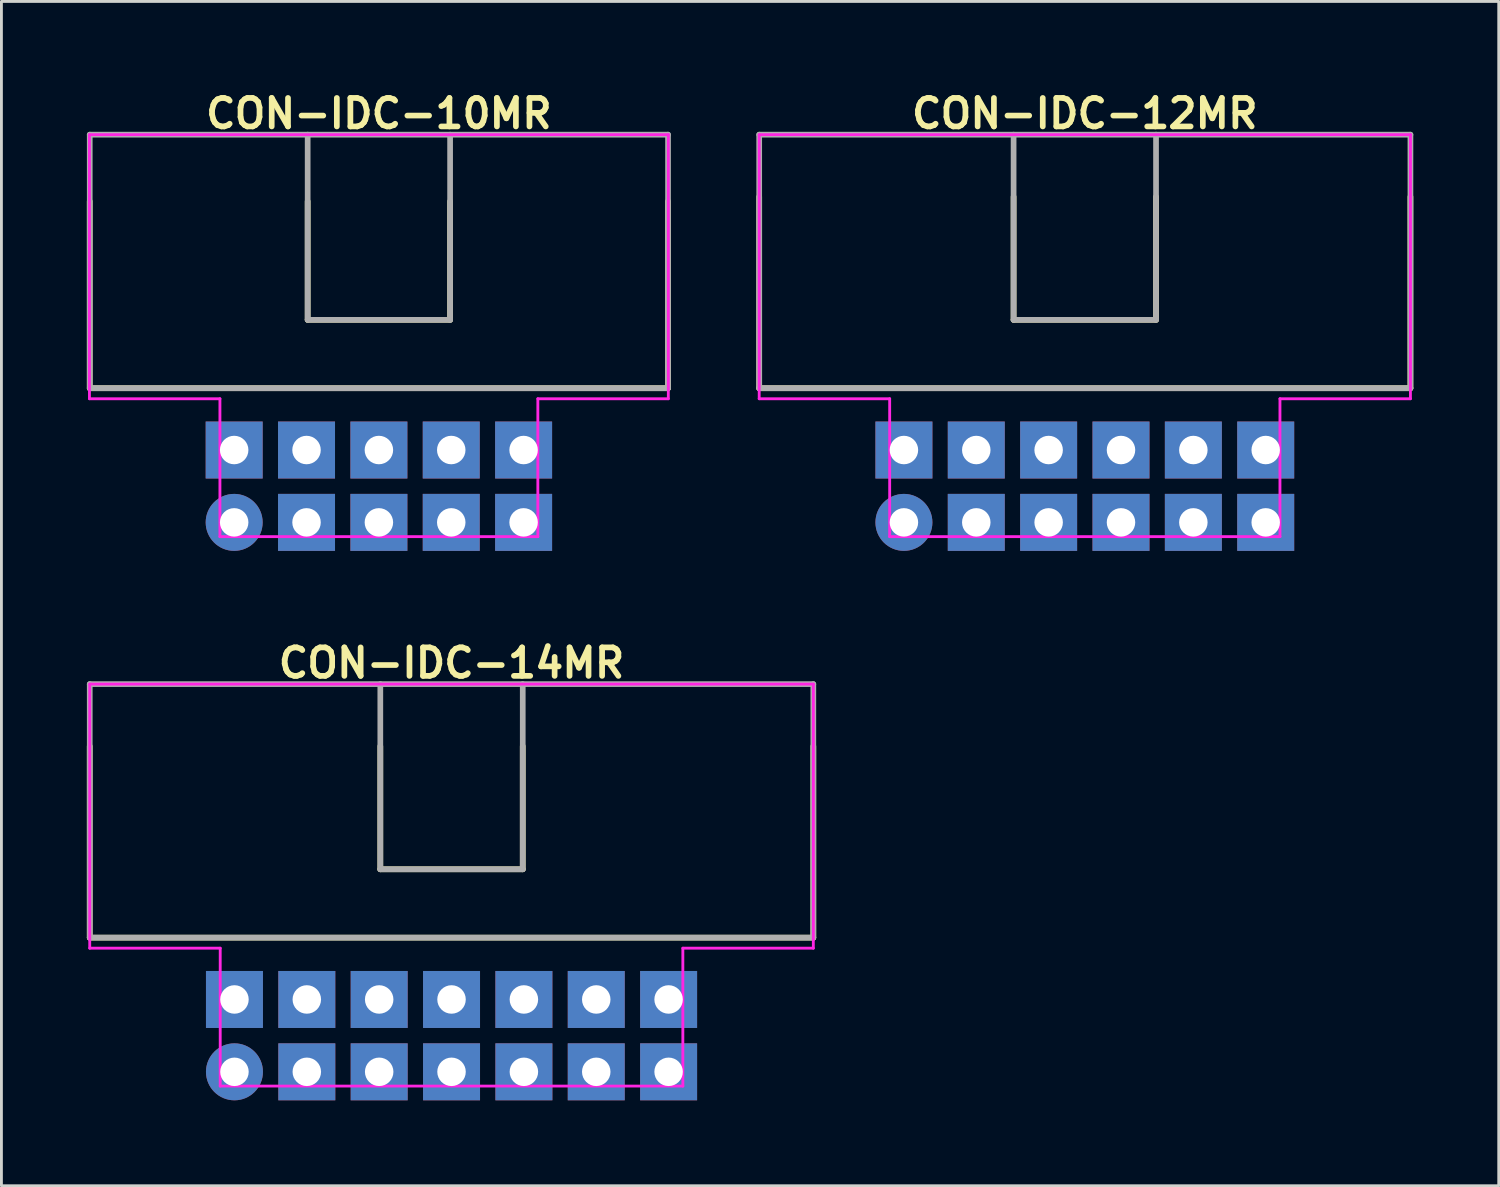
<source format=kicad_pcb>
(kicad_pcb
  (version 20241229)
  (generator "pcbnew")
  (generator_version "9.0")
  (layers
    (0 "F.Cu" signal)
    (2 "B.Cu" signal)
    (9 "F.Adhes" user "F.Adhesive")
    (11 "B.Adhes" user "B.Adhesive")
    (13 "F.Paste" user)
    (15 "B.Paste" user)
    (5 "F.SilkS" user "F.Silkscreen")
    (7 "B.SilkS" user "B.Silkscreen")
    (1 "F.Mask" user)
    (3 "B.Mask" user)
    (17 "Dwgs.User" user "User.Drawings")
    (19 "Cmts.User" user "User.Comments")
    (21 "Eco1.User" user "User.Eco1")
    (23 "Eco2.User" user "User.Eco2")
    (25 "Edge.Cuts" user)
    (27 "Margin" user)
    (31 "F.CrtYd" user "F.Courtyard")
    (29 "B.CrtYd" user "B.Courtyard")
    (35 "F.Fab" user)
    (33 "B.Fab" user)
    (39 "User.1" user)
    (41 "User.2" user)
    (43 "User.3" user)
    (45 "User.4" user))
  (footprint "CON-IDC-10MR"
    (layer "F.Cu")
    (at 10.25 14.017)
    (property "Reference" "CON-IDC-10MR" (at 0 -13.081 0) (layer "F.SilkS") (effects (font (size 1 1) (thickness 0.2))))
    (attr through_hole)
    (fp_line (start -10.15 -10) (end -10.15 -3.44) (stroke (width 0.2) (type solid)) (layer "F.SilkS"))
    (fp_line (start -10.15 -3.44) (end 10.15 -3.44) (stroke (width 0.2) (type solid)) (layer "F.SilkS"))
    (fp_line (start -2.5 -10) (end -2.5 -5.84) (stroke (width 0.2) (type solid)) (layer "F.SilkS"))
    (fp_line (start -2.5 -5.84) (end 2.5 -5.84) (stroke (width 0.2) (type solid)) (layer "F.SilkS"))
    (fp_line (start 2.5 -10) (end 2.5 -5.84) (stroke (width 0.2) (type solid)) (layer "F.SilkS"))
    (fp_line (start 10.15 -10) (end 10.15 -3.44) (stroke (width 0.2) (type solid)) (layer "F.SilkS"))
    (fp_line (start -10.16 -12.34) (end -10.16 -3.07) (stroke (width 0.1) (type solid)) (layer "F.CrtYd"))
    (fp_line (start -10.16 -12.34) (end 10.16 -12.34) (stroke (width 0.1) (type solid)) (layer "F.CrtYd"))
    (fp_line (start -10.16 -3.07) (end -5.58 -3.07) (stroke (width 0.1) (type solid)) (layer "F.CrtYd"))
    (fp_line (start -5.58 -3.07) (end -5.58 1.77) (stroke (width 0.1) (type solid)) (layer "F.CrtYd"))
    (fp_line (start -5.58 1.77) (end 5.58 1.77) (stroke (width 0.1) (type solid)) (layer "F.CrtYd"))
    (fp_line (start 5.58 -3.07) (end 5.58 1.77) (stroke (width 0.1) (type solid)) (layer "F.CrtYd"))
    (fp_line (start 5.58 -3.07) (end 10.16 -3.07) (stroke (width 0.1) (type solid)) (layer "F.CrtYd"))
    (fp_line (start 10.16 -12.34) (end 10.16 -3.07) (stroke (width 0.1) (type solid)) (layer "F.CrtYd"))
    (fp_line (start -10.15 -12.34) (end -10.15 -3.44) (stroke (width 0.2) (type solid)) (layer "F.Fab"))
    (fp_line (start -10.15 -12.34) (end 10.15 -12.34) (stroke (width 0.2) (type solid)) (layer "F.Fab"))
    (fp_line (start -10.15 -3.44) (end 10.15 -3.44) (stroke (width 0.2) (type solid)) (layer "F.Fab"))
    (fp_line (start -2.5 -12.34) (end -2.5 -5.84) (stroke (width 0.2) (type solid)) (layer "F.Fab"))
    (fp_line (start -2.5 -5.84) (end 2.5 -5.84) (stroke (width 0.2) (type solid)) (layer "F.Fab"))
    (fp_line (start 2.5 -12.34) (end 2.5 -5.84) (stroke (width 0.2) (type solid)) (layer "F.Fab"))
    (fp_line (start 10.15 -12.34) (end 10.15 -3.44) (stroke (width 0.2) (type solid)) (layer "F.Fab"))
    (pad "1" thru_hole circle (at -5.08 1.27) (size 2 2) (drill 1) (layers "B.Cu" "B.Mask"))
    (pad "2" thru_hole rect (at -5.08 -1.27) (size 2 2) (drill 1) (layers "B.Cu" "B.Mask"))
    (pad "3" thru_hole rect (at -2.54 1.27) (size 2 2) (drill 1) (layers "B.Cu" "B.Mask"))
    (pad "4" thru_hole rect (at -2.54 -1.27) (size 2 2) (drill 1) (layers "B.Cu" "B.Mask"))
    (pad "5" thru_hole rect (at 0 1.27) (size 2 2) (drill 1) (layers "B.Cu" "B.Mask"))
    (pad "6" thru_hole rect (at 0 -1.27) (size 2 2) (drill 1) (layers "B.Cu" "B.Mask"))
    (pad "7" thru_hole rect (at 2.54 1.27) (size 2 2) (drill 1) (layers "B.Cu" "B.Mask"))
    (pad "8" thru_hole rect (at 2.54 -1.27) (size 2 2) (drill 1) (layers "B.Cu" "B.Mask"))
    (pad "9" thru_hole rect (at 5.08 1.27) (size 2 2) (drill 1) (layers "B.Cu" "B.Mask"))
    (pad "10" thru_hole rect (at 5.08 -1.27) (size 2 2) (drill 1) (layers "B.Cu" "B.Mask")))
  (footprint "CON-IDC-14MR"
    (layer "F.Cu")
    (at 12.8 33.304)
    (property "Reference" "CON-IDC-14MR" (at 0 -13.081 0) (layer "F.SilkS") (effects (font (size 1 1) (thickness 0.2))))
    (attr through_hole)
    (fp_line (start -12.7 -10.16) (end -12.7 -3.44) (stroke (width 0.2) (type solid)) (layer "F.SilkS"))
    (fp_line (start -12.7 -3.44) (end 12.7 -3.44) (stroke (width 0.2) (type solid)) (layer "F.SilkS"))
    (fp_line (start -2.5 -10.16) (end -2.5 -5.84) (stroke (width 0.2) (type solid)) (layer "F.SilkS"))
    (fp_line (start -2.5 -5.84) (end 2.5 -5.84) (stroke (width 0.2) (type solid)) (layer "F.SilkS"))
    (fp_line (start 2.5 -10.16) (end 2.5 -5.84) (stroke (width 0.2) (type solid)) (layer "F.SilkS"))
    (fp_line (start 12.7 -10.16) (end 12.7 -3.44) (stroke (width 0.2) (type solid)) (layer "F.SilkS"))
    (fp_line (start -12.7 -12.34) (end -12.7 -3.07) (stroke (width 0.1) (type solid)) (layer "F.CrtYd"))
    (fp_line (start -12.7 -12.34) (end 12.7 -12.34) (stroke (width 0.1) (type solid)) (layer "F.CrtYd"))
    (fp_line (start -12.7 -3.07) (end -8.12 -3.07) (stroke (width 0.1) (type solid)) (layer "F.CrtYd"))
    (fp_line (start -8.12 -3.07) (end -8.12 1.77) (stroke (width 0.1) (type solid)) (layer "F.CrtYd"))
    (fp_line (start -8.12 1.77) (end 8.12 1.77) (stroke (width 0.1) (type solid)) (layer "F.CrtYd"))
    (fp_line (start 8.12 -3.07) (end 8.12 1.77) (stroke (width 0.1) (type solid)) (layer "F.CrtYd"))
    (fp_line (start 8.12 -3.07) (end 12.7 -3.07) (stroke (width 0.1) (type solid)) (layer "F.CrtYd"))
    (fp_line (start 12.7 -12.34) (end 12.7 -3.07) (stroke (width 0.1) (type solid)) (layer "F.CrtYd"))
    (fp_line (start -12.7 -12.34) (end -12.7 -3.44) (stroke (width 0.2) (type solid)) (layer "F.Fab"))
    (fp_line (start -12.7 -12.34) (end 12.7 -12.34) (stroke (width 0.2) (type solid)) (layer "F.Fab"))
    (fp_line (start -12.7 -3.44) (end 12.7 -3.44) (stroke (width 0.2) (type solid)) (layer "F.Fab"))
    (fp_line (start -2.5 -12.34) (end -2.5 -5.84) (stroke (width 0.2) (type solid)) (layer "F.Fab"))
    (fp_line (start -2.5 -5.84) (end 2.5 -5.84) (stroke (width 0.2) (type solid)) (layer "F.Fab"))
    (fp_line (start 2.5 -12.34) (end 2.5 -5.84) (stroke (width 0.2) (type solid)) (layer "F.Fab"))
    (fp_line (start 12.7 -12.34) (end 12.7 -3.44) (stroke (width 0.2) (type solid)) (layer "F.Fab"))
    (pad "1" thru_hole circle (at -7.62 1.27) (size 2 2) (drill 1) (layers "B.Cu" "B.Mask"))
    (pad "2" thru_hole rect (at -7.62 -1.27) (size 2 2) (drill 1) (layers "B.Cu" "B.Mask"))
    (pad "3" thru_hole rect (at -5.08 1.27) (size 2 2) (drill 1) (layers "B.Cu" "B.Mask"))
    (pad "4" thru_hole rect (at -5.08 -1.27) (size 2 2) (drill 1) (layers "B.Cu" "B.Mask"))
    (pad "5" thru_hole rect (at -2.54 1.27) (size 2 2) (drill 1) (layers "B.Cu" "B.Mask"))
    (pad "6" thru_hole rect (at -2.54 -1.27) (size 2 2) (drill 1) (layers "B.Cu" "B.Mask"))
    (pad "7" thru_hole rect (at 0 1.27) (size 2 2) (drill 1) (layers "B.Cu" "B.Mask"))
    (pad "8" thru_hole rect (at 0 -1.27) (size 2 2) (drill 1) (layers "B.Cu" "B.Mask"))
    (pad "9" thru_hole rect (at 2.54 1.27) (size 2 2) (drill 1) (layers "B.Cu" "B.Mask"))
    (pad "10" thru_hole rect (at 2.54 -1.27) (size 2 2) (drill 1) (layers "B.Cu" "B.Mask"))
    (pad "11" thru_hole rect (at 5.08 1.27) (size 2 2) (drill 1) (layers "B.Cu" "B.Mask"))
    (pad "12" thru_hole rect (at 5.08 -1.27) (size 2 2) (drill 1) (layers "B.Cu" "B.Mask"))
    (pad "13" thru_hole rect (at 7.62 1.27) (size 2 2) (drill 1) (layers "B.Cu" "B.Mask"))
    (pad "14" thru_hole rect (at 7.62 -1.27) (size 2 2) (drill 1) (layers "B.Cu" "B.Mask")))
  (footprint "CON-IDC-12MR"
    (layer "F.Cu")
    (at 35.03 14.017)
    (property "Reference" "CON-IDC-12MR" (at 0 -13.081 0) (layer "F.SilkS") (effects (font (size 1 1) (thickness 0.2))))
    (attr through_hole)
    (fp_line (start -11.43 -10.16) (end -11.43 -3.44) (stroke (width 0.2) (type solid)) (layer "F.SilkS"))
    (fp_line (start -11.43 -3.44) (end 11.43 -3.44) (stroke (width 0.2) (type solid)) (layer "F.SilkS"))
    (fp_line (start -2.5 -10.16) (end -2.5 -5.84) (stroke (width 0.2) (type solid)) (layer "F.SilkS"))
    (fp_line (start -2.5 -5.84) (end 2.5 -5.84) (stroke (width 0.2) (type solid)) (layer "F.SilkS"))
    (fp_line (start 2.5 -10.16) (end 2.5 -5.84) (stroke (width 0.2) (type solid)) (layer "F.SilkS"))
    (fp_line (start 11.43 -10.16) (end 11.43 -3.44) (stroke (width 0.2) (type solid)) (layer "F.SilkS"))
    (fp_line (start -11.43 -12.34) (end -11.43 -3.07) (stroke (width 0.1) (type solid)) (layer "F.CrtYd"))
    (fp_line (start -11.43 -12.34) (end 11.43 -12.34) (stroke (width 0.1) (type solid)) (layer "F.CrtYd"))
    (fp_line (start -11.43 -3.07) (end -6.85 -3.07) (stroke (width 0.1) (type solid)) (layer "F.CrtYd"))
    (fp_line (start -6.85 -3.07) (end -6.85 1.77) (stroke (width 0.1) (type solid)) (layer "F.CrtYd"))
    (fp_line (start -6.85 1.77) (end 6.85 1.77) (stroke (width 0.1) (type solid)) (layer "F.CrtYd"))
    (fp_line (start 6.85 -3.07) (end 6.85 1.77) (stroke (width 0.1) (type solid)) (layer "F.CrtYd"))
    (fp_line (start 6.85 -3.07) (end 11.43 -3.07) (stroke (width 0.1) (type solid)) (layer "F.CrtYd"))
    (fp_line (start 11.43 -12.34) (end 11.43 -3.07) (stroke (width 0.1) (type solid)) (layer "F.CrtYd"))
    (fp_line (start -11.43 -12.34) (end -11.43 -3.44) (stroke (width 0.2) (type solid)) (layer "F.Fab"))
    (fp_line (start -11.43 -12.34) (end 11.43 -12.34) (stroke (width 0.2) (type solid)) (layer "F.Fab"))
    (fp_line (start -11.43 -3.44) (end 11.43 -3.44) (stroke (width 0.2) (type solid)) (layer "F.Fab"))
    (fp_line (start -2.5 -12.34) (end -2.5 -5.84) (stroke (width 0.2) (type solid)) (layer "F.Fab"))
    (fp_line (start -2.5 -5.84) (end 2.5 -5.84) (stroke (width 0.2) (type solid)) (layer "F.Fab"))
    (fp_line (start 2.5 -12.34) (end 2.5 -5.84) (stroke (width 0.2) (type solid)) (layer "F.Fab"))
    (fp_line (start 11.43 -12.34) (end 11.43 -3.44) (stroke (width 0.2) (type solid)) (layer "F.Fab"))
    (pad "1" thru_hole circle (at -6.35 1.27) (size 2 2) (drill 1) (layers "B.Cu" "B.Mask"))
    (pad "2" thru_hole rect (at -6.35 -1.27) (size 2 2) (drill 1) (layers "B.Cu" "B.Mask"))
    (pad "3" thru_hole rect (at -3.81 1.27) (size 2 2) (drill 1) (layers "B.Cu" "B.Mask"))
    (pad "4" thru_hole rect (at -3.81 -1.27) (size 2 2) (drill 1) (layers "B.Cu" "B.Mask"))
    (pad "5" thru_hole rect (at -1.27 1.27) (size 2 2) (drill 1) (layers "B.Cu" "B.Mask"))
    (pad "6" thru_hole rect (at -1.27 -1.27) (size 2 2) (drill 1) (layers "B.Cu" "B.Mask"))
    (pad "7" thru_hole rect (at 1.27 1.27) (size 2 2) (drill 1) (layers "B.Cu" "B.Mask"))
    (pad "8" thru_hole rect (at 1.27 -1.27) (size 2 2) (drill 1) (layers "B.Cu" "B.Mask"))
    (pad "9" thru_hole rect (at 3.81 1.27) (size 2 2) (drill 1) (layers "B.Cu" "B.Mask"))
    (pad "10" thru_hole rect (at 3.81 -1.27) (size 2 2) (drill 1) (layers "B.Cu" "B.Mask"))
    (pad "11" thru_hole rect (at 6.35 1.27) (size 2 2) (drill 1) (layers "B.Cu" "B.Mask"))
    (pad "12" thru_hole rect (at 6.35 -1.27) (size 2 2) (drill 1) (layers "B.Cu" "B.Mask")))
  (gr_rect
    (start -3 -3)
    (end 49.56 38.574)
    (stroke (width 0.1) (type default))
    (fill no)
    (layer "Edge.Cuts")))
</source>
